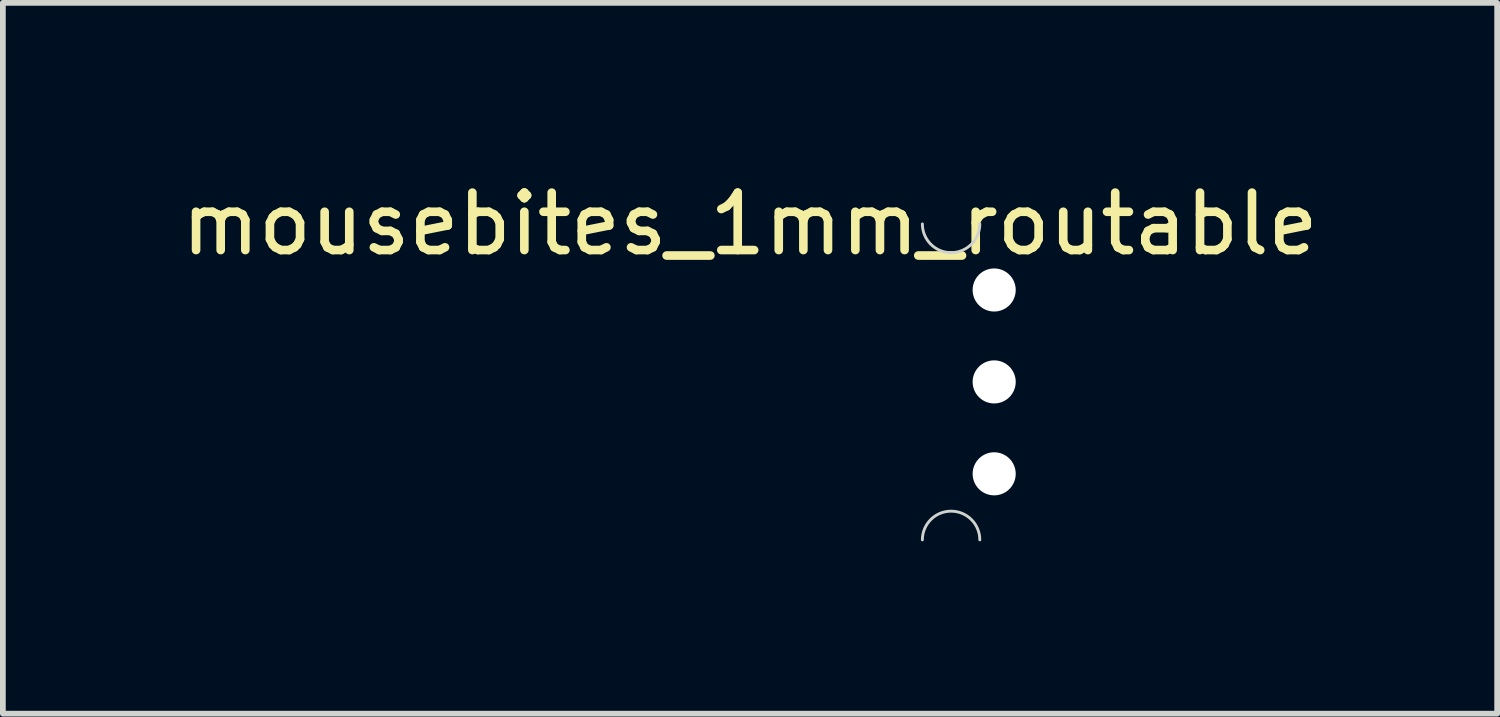
<source format=kicad_pcb>
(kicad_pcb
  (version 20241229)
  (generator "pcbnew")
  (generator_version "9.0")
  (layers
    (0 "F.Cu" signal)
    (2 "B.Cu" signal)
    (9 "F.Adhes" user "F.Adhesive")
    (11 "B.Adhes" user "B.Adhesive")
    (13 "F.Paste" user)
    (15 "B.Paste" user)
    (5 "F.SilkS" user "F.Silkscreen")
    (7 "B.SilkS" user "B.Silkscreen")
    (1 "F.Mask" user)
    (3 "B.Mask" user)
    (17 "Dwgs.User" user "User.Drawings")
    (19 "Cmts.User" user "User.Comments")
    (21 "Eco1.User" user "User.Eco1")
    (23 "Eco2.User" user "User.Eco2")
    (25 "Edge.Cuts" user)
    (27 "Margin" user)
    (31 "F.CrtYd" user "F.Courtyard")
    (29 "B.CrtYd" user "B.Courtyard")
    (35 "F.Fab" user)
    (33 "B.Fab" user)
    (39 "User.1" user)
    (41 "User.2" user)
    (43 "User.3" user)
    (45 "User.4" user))
  (footprint "mousebites_1mm_routable"
    (layer "F.Cu")
    (at 14.006 3.598)
    (property "Reference" "mousebites_1mm_routable" (at -4 -2.75 180) (layer "F.SilkS") (effects (font (size 1 1) (thickness 0.15))))
    (attr exclude_from_pos_files exclude_from_bom)
    (fp_arc (start -1 2.75) (mid -0.5 2.25) (end 0 2.75) (stroke (width 0.05) (type solid)) (layer "Edge.Cuts"))
    (fp_arc (start 0 -2.75) (mid -0.5 -2.25) (end -1 -2.75) (stroke (width 0.05) (type solid)) (layer "Edge.Cuts"))
    (pad "" np_thru_hole circle (at 0.25 -1.6) (size 0.75 0.75) (drill 0.75) (layers "*.Cu" "*.Mask"))
    (pad "" np_thru_hole circle (at 0.25 0) (size 0.75 0.75) (drill 0.75) (layers "*.Cu" "*.Mask"))
    (pad "" np_thru_hole circle (at 0.25 1.6) (size 0.75 0.75) (drill 0.75) (layers "*.Cu" "*.Mask")))
  (gr_rect
    (start -3 -3)
    (end 23.012 9.373)
    (stroke (width 0.1) (type default))
    (fill no)
    (layer "Edge.Cuts")))
</source>
